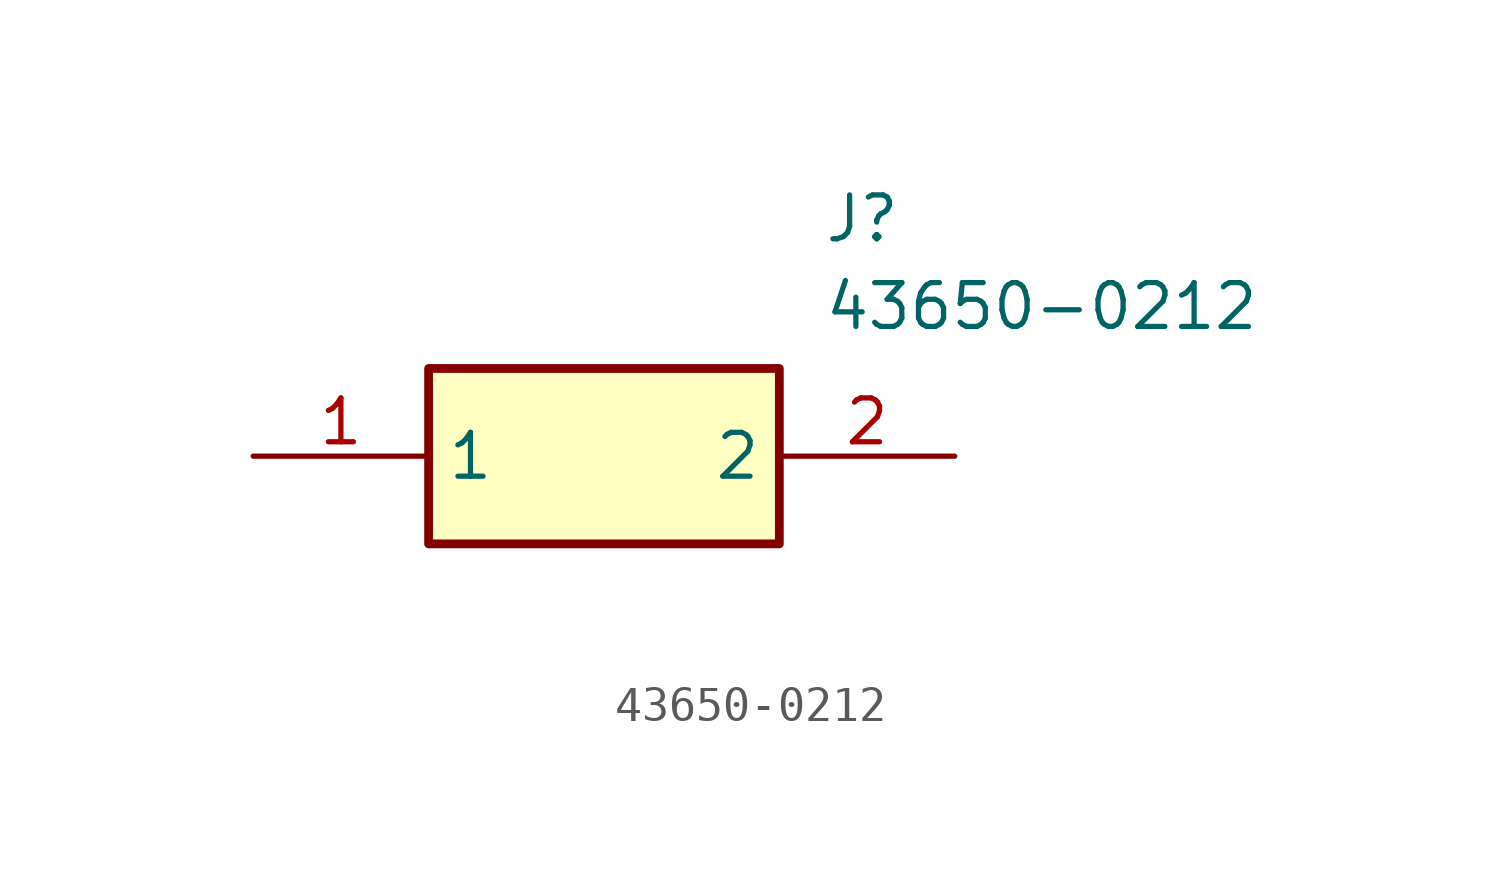
<source format=kicad_sym>
(kicad_symbol_lib
  (version 20231120)
  (generator "kicad_symbol_editor")
  (generator_version "8.0")
  (symbol "43650-0212"
    (property "Reference" "J"
      (at 16.51 7.62 0)
      (effects (font (size 1.27 1.27)) (justify left top)))
    (property "Value" "43650-0212"
      (at 16.51 5.08 0)
      (effects (font (size 1.27 1.27)) (justify left top)))
    (symbol "43650-0212_1_1"
      (rectangle (start 5.08 2.54) (end 15.24 -2.54) (stroke (width 0.254) (type default)) (fill (type background)))
      (pin passive line (at 0 0 0) (length 5.08) (name "1" (effects (font (size 1.27 1.27)))) (number "1" (effects (font (size 1.27 1.27)))))
      (pin passive line (at 20.32 0 180) (length 5.08) (name "2" (effects (font (size 1.27 1.27)))) (number "2" (effects (font (size 1.27 1.27)))))
      (pin no_connect line (at 10.16 5.08 270) (length 2.54) hide (name "p1" (effects (font (size 1.27 1.27)))) (number "3" (effects (font (size 1.27 1.27)))))
      (pin no_connect line (at 10.16 -5.08 90) (length 2.54) hide (name "p2" (effects (font (size 1.27 1.27)))) (number "4" (effects (font (size 1.27 1.27))))))))
</source>
